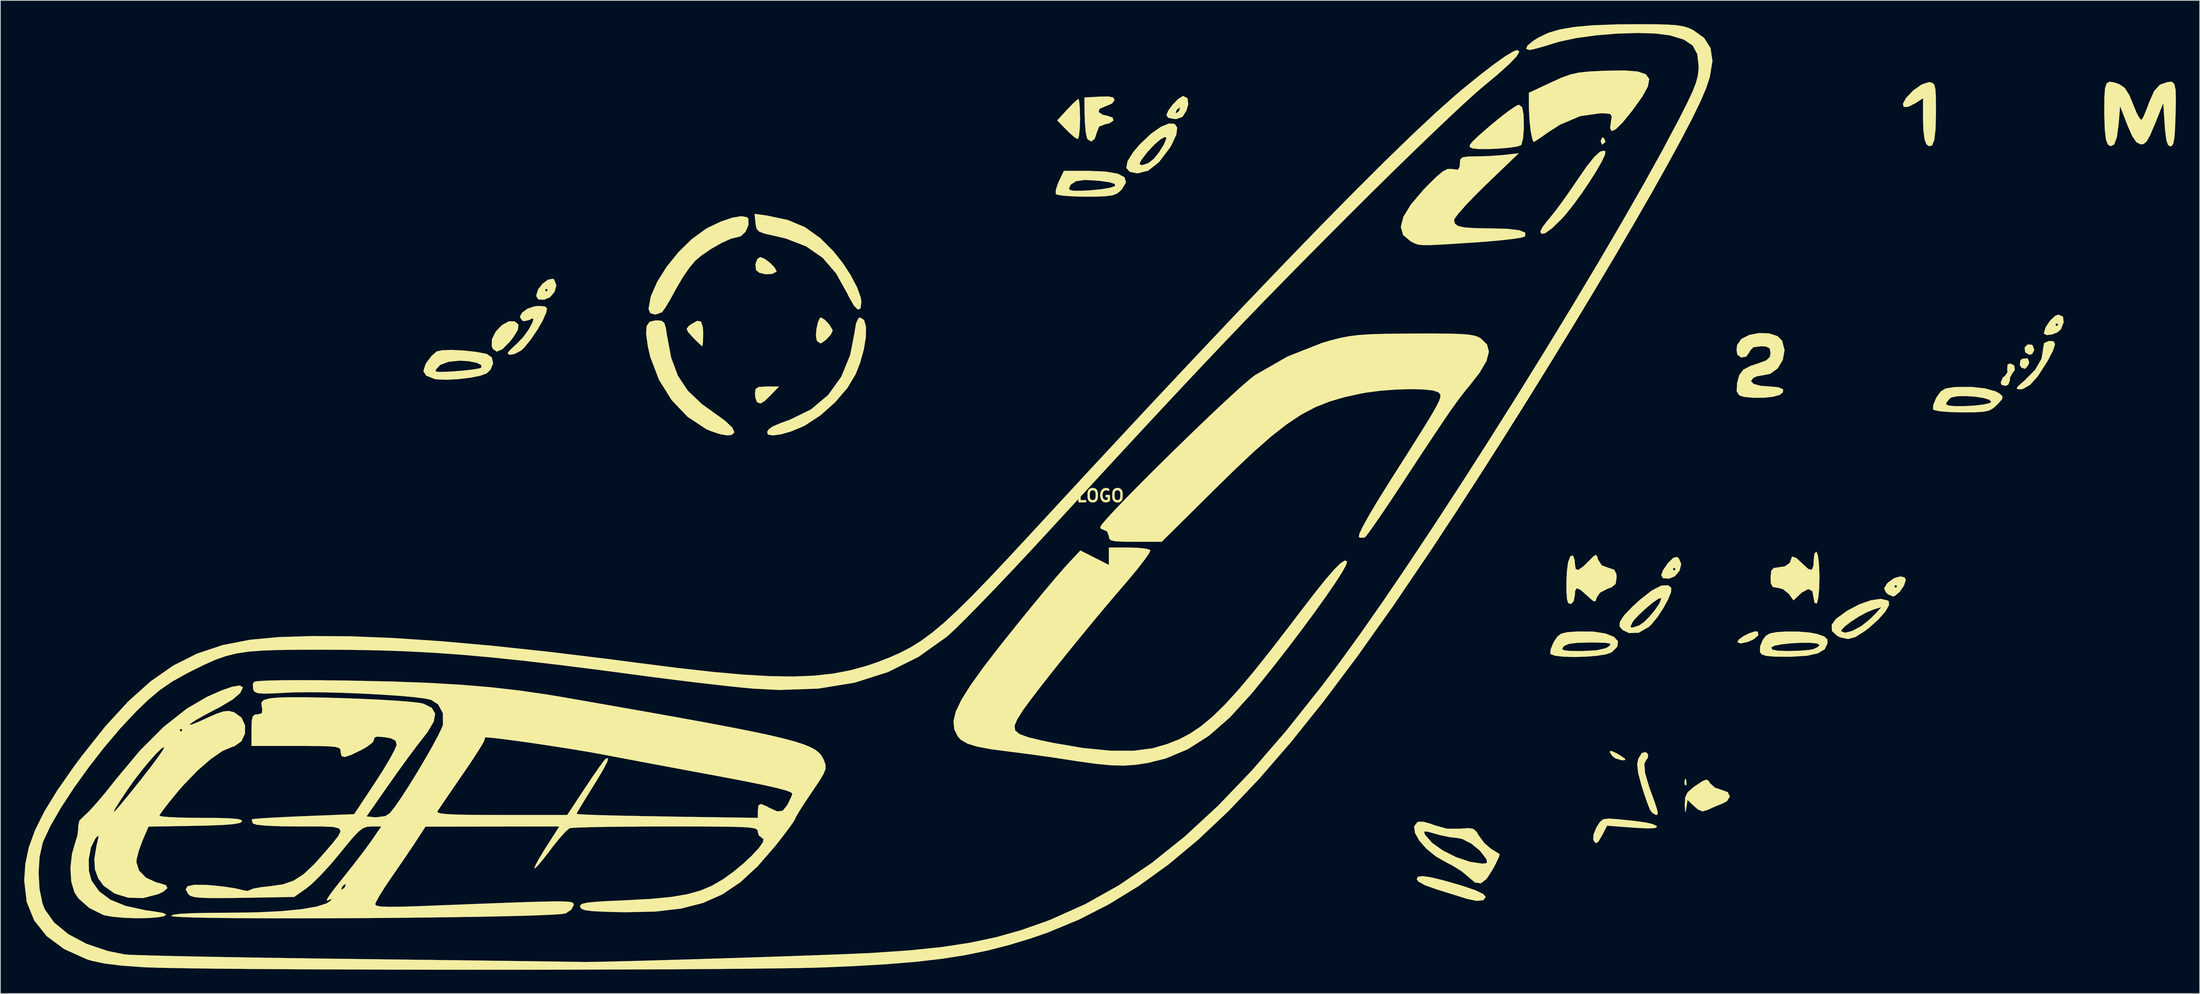
<source format=kicad_pcb>
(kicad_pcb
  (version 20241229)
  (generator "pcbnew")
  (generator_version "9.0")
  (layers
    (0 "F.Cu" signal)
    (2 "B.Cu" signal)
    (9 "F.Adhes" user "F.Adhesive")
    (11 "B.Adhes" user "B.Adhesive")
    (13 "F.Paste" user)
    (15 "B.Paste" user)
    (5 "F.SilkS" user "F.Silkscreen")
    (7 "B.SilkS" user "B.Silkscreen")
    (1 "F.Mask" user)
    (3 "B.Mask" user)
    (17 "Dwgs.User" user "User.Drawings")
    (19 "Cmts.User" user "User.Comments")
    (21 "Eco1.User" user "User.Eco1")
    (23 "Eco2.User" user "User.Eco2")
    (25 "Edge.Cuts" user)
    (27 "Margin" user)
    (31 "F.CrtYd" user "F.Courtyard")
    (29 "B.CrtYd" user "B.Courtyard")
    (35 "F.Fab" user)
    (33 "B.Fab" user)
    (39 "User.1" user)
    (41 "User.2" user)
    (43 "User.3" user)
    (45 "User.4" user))
  (footprint "LOGO"
    (layer "F.Cu")
    (at 135.71 59.506)
    (property "Reference" "LOGO" (at 0 0 0) (layer "F.SilkS") (effects (font (size 1.524 1.524) (thickness 0.3))))
    (attr through_hole)
    (fp_poly (pts (xy 73.908 35.855) (xy 73.951 36.422) (xy 73.879 36.55) (xy 73.714 36.442) (xy 73.689 36.074) (xy 73.777 35.687) (xy 73.908 35.855)) (stroke (width 0.01) (type solid)) (fill yes) (layer "F.SilkS"))
    (fp_poly (pts (xy 63.506 -45.172) (xy 63.715 -44.737) (xy 63.666 -44.606) (xy 63.316 -44.285) (xy 63.144 -44.651) (xy 63.137 -44.834) (xy 63.316 -45.208) (xy 63.506 -45.172)) (stroke (width 0.01) (type solid)) (fill yes) (layer "F.SilkS"))
    (fp_poly (pts (xy 117.168 -16.866) (xy 117.078 -16.526) (xy 116.655 -16.01) (xy 116.178 -16.171) (xy 115.978 -16.524) (xy 116.063 -17.114) (xy 116.317 -17.294) (xy 116.983 -17.341) (xy 117.168 -16.866)) (stroke (width 0.01) (type solid)) (fill yes) (layer "F.SilkS"))
    (fp_poly (pts (xy 65.178 32.515) (xy 65.496 32.705) (xy 66.159 33.148) (xy 66.233 33.34) (xy 65.812 33.381) (xy 64.966 33.136) (xy 64.581 32.83) (xy 64.244 32.291) (xy 64.455 32.185) (xy 65.178 32.515)) (stroke (width 0.01) (type solid)) (fill yes) (layer "F.SilkS"))
    (fp_poly (pts (xy 117.507 -19.054) (xy 117.607 -18.973) (xy 117.81 -18.401) (xy 117.545 -17.895) (xy 117.203 -17.78) (xy 116.737 -18.044) (xy 116.639 -18.174) (xy 116.597 -18.728) (xy 116.981 -19.099) (xy 117.507 -19.054)) (stroke (width 0.01) (type solid)) (fill yes) (layer "F.SilkS"))
    (fp_poly (pts (xy 82.945 17.147) (xy 83.008 17.602) (xy 82.441 18.099) (xy 81.652 18.448) (xy 80.773 18.632) (xy 80.362 18.487) (xy 80.516 18.156) (xy 81.107 17.729) (xy 81.881 17.335) (xy 82.585 17.107) (xy 82.945 17.147)) (stroke (width 0.01) (type solid)) (fill yes) (layer "F.SilkS"))
    (fp_poly (pts (xy -42.325 -29.904) (xy -41.647 -29.401) (xy -41.07 -28.815) (xy -40.821 -28.351) (xy -40.839 -28.274) (xy -41.373 -27.987) (xy -42.217 -27.954) (xy -43.019 -28.147) (xy -43.412 -28.484) (xy -43.481 -29.228) (xy -43.245 -29.883) (xy -42.877 -30.117) (xy -42.325 -29.904)) (stroke (width 0.01) (type solid)) (fill yes) (layer "F.SilkS"))
    (fp_poly (pts (xy -41.547 -12.7) (xy -42.337 -11.932) (xy -42.834 -11.647) (xy -43.203 -11.764) (xy -43.301 -11.853) (xy -43.492 -12.373) (xy -43.543 -12.942) (xy -43.458 -13.48) (xy -43.071 -13.725) (xy -42.184 -13.788) (xy -42.024 -13.789) (xy -40.504 -13.789) (xy -41.547 -12.7)) (stroke (width 0.01) (type solid)) (fill yes) (layer "F.SilkS"))
    (fp_poly (pts (xy -73.844 -22.004) (xy -73.37 -21.606) (xy -73.442 -20.933) (xy -74.076 -19.919) (xy -74.412 -19.496) (xy -75.384 -18.502) (xy -76.111 -18.184) (xy -76.607 -18.537) (xy -76.74 -18.855) (xy -76.715 -19.771) (xy -76.23 -20.73) (xy -75.457 -21.541) (xy -74.573 -22.015) (xy -73.844 -22.004)) (stroke (width 0.01) (type solid)) (fill yes) (layer "F.SilkS"))
    (fp_poly (pts (xy -50.336 -21.974) (xy -50.106 -21.234) (xy -50.074 -20.501) (xy -50.097 -19.527) (xy -50.154 -18.943) (xy -50.188 -18.869) (xy -50.484 -19.104) (xy -51.09 -19.695) (xy -51.345 -19.958) (xy -51.983 -20.661) (xy -52.158 -21.068) (xy -51.914 -21.399) (xy -51.685 -21.579) (xy -50.842 -22.075) (xy -50.336 -21.974)) (stroke (width 0.01) (type solid)) (fill yes) (layer "F.SilkS"))
    (fp_poly (pts (xy -34.756 -22.231) (xy -34.186 -21.633) (xy -33.794 -21.005) (xy -33.746 -20.801) (xy -33.996 -20.308) (xy -34.551 -19.703) (xy -35.12 -19.282) (xy -35.295 -19.231) (xy -35.665 -19.49) (xy -35.756 -19.618) (xy -35.857 -20.187) (xy -35.789 -21.04) (xy -35.604 -21.886) (xy -35.355 -22.429) (xy -35.237 -22.497) (xy -34.756 -22.231)) (stroke (width 0.01) (type solid)) (fill yes) (layer "F.SilkS"))
    (fp_poly (pts (xy 115.283 -16.431) (xy 115.359 -15.881) (xy 115.016 -15.415) (xy 114.742 -14.904) (xy 114.744 -14.591) (xy 114.536 -14.03) (xy 114.209 -13.866) (xy 113.67 -13.996) (xy 113.574 -14.318) (xy 113.846 -14.938) (xy 114.078 -15.093) (xy 114.421 -15.558) (xy 114.399 -15.989) (xy 114.439 -16.57) (xy 114.802 -16.691) (xy 115.283 -16.431)) (stroke (width 0.01) (type solid)) (fill yes) (layer "F.SilkS"))
    (fp_poly (pts (xy -2.641 -49.742) (xy -2.57 -48.868) (xy -2.54 -47.635) (xy -2.54 -47.534) (xy -2.578 -46.282) (xy -2.679 -45.375) (xy -2.82 -44.996) (xy -2.832 -44.994) (xy -3.239 -45.234) (xy -3.929 -45.838) (xy -4.272 -46.18) (xy -5.422 -47.365) (xy -4.181 -48.72) (xy -3.435 -49.494) (xy -2.894 -49.984) (xy -2.74 -50.074) (xy -2.641 -49.742)) (stroke (width 0.01) (type solid)) (fill yes) (layer "F.SilkS"))
    (fp_poly (pts (xy 120.247 -19.493) (xy 120.422 -19.11) (xy 120.17 -18.304) (xy 119.485 -17.002) (xy 119.411 -16.873) (xy 118.266 -15.094) (xy 117.261 -13.974) (xy 116.35 -13.467) (xy 116.017 -13.426) (xy 115.612 -13.48) (xy 115.657 -13.713) (xy 116.208 -14.233) (xy 116.583 -14.547) (xy 117.923 -15.909) (xy 118.729 -17.3) (xy 118.926 -18.576) (xy 119.045 -19.265) (xy 119.652 -19.528) (xy 120.247 -19.493)) (stroke (width 0.01) (type solid)) (fill yes) (layer "F.SilkS"))
    (fp_poly (pts (xy -68.867 -27.284) (xy -68.589 -26.572) (xy -68.809 -25.74) (xy -69.399 -25.043) (xy -70.129 -24.741) (xy -70.867 -24.77) (xy -71.114 -25.17) (xy -71.12 -25.313) (xy -70.924 -25.944) (xy -70.031 -25.944) (xy -69.85 -25.763) (xy -69.669 -25.944) (xy -69.85 -26.126) (xy -70.031 -25.944) (xy -70.924 -25.944) (xy -70.89 -26.053) (xy -70.333 -26.763) (xy -69.651 -27.266) (xy -69.045 -27.385) (xy -68.867 -27.284)) (stroke (width 0.01) (type solid)) (fill yes) (layer "F.SilkS"))
    (fp_poly (pts (xy 72.98 7.89) (xy 73.279 8.615) (xy 73.074 9.454) (xy 72.485 10.155) (xy 71.748 10.456) (xy 70.974 10.405) (xy 70.757 10.023) (xy 70.981 9.4) (xy 71.081 9.253) (xy 72.209 9.253) (xy 72.39 9.434) (xy 72.571 9.253) (xy 72.39 9.071) (xy 72.209 9.253) (xy 71.081 9.253) (xy 71.531 8.585) (xy 71.639 8.457) (xy 72.287 7.817) (xy 72.73 7.717) (xy 72.98 7.89)) (stroke (width 0.01) (type solid)) (fill yes) (layer "F.SilkS"))
    (fp_poly (pts (xy 121.428 -22.604) (xy 121.516 -21.903) (xy 121.182 -21.022) (xy 120.726 -20.618) (xy 120.026 -20.348) (xy 119.364 -20.276) (xy 119.023 -20.468) (xy 119.017 -20.519) (xy 119.245 -21.265) (xy 119.46 -21.59) (xy 120.469 -21.59) (xy 120.65 -21.409) (xy 120.831 -21.59) (xy 120.65 -21.771) (xy 120.469 -21.59) (xy 119.46 -21.59) (xy 119.786 -22.081) (xy 120.428 -22.696) (xy 120.841 -22.86) (xy 121.428 -22.604)) (stroke (width 0.01) (type solid)) (fill yes) (layer "F.SilkS"))
    (fp_poly (pts (xy 41.642 48.127) (xy 43.178 48.495) (xy 45.313 49.104) (xy 45.629 49.199) (xy 47.33 49.773) (xy 48.33 50.263) (xy 48.623 50.63) (xy 48.317 51.033) (xy 47.487 51.114) (xy 46.264 50.866) (xy 46.083 50.809) (xy 45.292 50.557) (xy 44.062 50.172) (xy 42.65 49.736) (xy 42.545 49.703) (xy 40.994 49.154) (xy 40.115 48.669) (xy 39.914 48.356) (xy 40.082 48.068) (xy 40.634 47.988) (xy 41.642 48.127)) (stroke (width 0.01) (type solid)) (fill yes) (layer "F.SilkS"))
    (fp_poly (pts (xy 101.471 10.313) (xy 101.6 10.624) (xy 101.375 11.345) (xy 100.848 12.108) (xy 100.245 12.625) (xy 99.991 12.7) (xy 99.368 12.445) (xy 99.08 12.18) (xy 98.875 11.683) (xy 99.021 11.43) (xy 100.149 11.43) (xy 100.33 11.611) (xy 100.511 11.43) (xy 100.33 11.249) (xy 100.149 11.43) (xy 99.021 11.43) (xy 99.203 11.115) (xy 99.399 10.91) (xy 100.157 10.382) (xy 100.924 10.173) (xy 101.471 10.313)) (stroke (width 0.01) (type solid)) (fill yes) (layer "F.SilkS"))
    (fp_poly (pts (xy 65.242 40.807) (xy 65.488 40.83) (xy 67.473 41.037) (xy 68.84 41.229) (xy 69.693 41.428) (xy 70.14 41.653) (xy 70.231 41.758) (xy 70.017 41.926) (xy 69.1 41.973) (xy 67.492 41.898) (xy 67.194 41.876) (xy 63.933 41.63) (xy 63.344 42.768) (xy 62.845 43.626) (xy 62.511 43.859) (xy 62.244 43.519) (xy 62.187 43.38) (xy 62.223 42.736) (xy 62.579 41.854) (xy 62.645 41.739) (xy 63.045 41.125) (xy 63.463 40.812) (xy 64.121 40.73) (xy 65.242 40.807)) (stroke (width 0.01) (type solid)) (fill yes) (layer "F.SilkS"))
    (fp_poly (pts (xy 69.109 32.632) (xy 69.063 33.098) (xy 68.949 33.198) (xy 68.626 33.804) (xy 68.721 34.977) (xy 69.233 36.728) (xy 69.335 37.011) (xy 69.882 38.52) (xy 70.203 39.476) (xy 70.327 40.003) (xy 70.283 40.228) (xy 70.1 40.277) (xy 70.087 40.277) (xy 69.611 39.994) (xy 69.358 39.642) (xy 69.085 38.984) (xy 68.692 37.872) (xy 68.267 36.554) (xy 67.849 34.986) (xy 67.728 33.902) (xy 67.856 33.197) (xy 68.311 32.452) (xy 68.81 32.339) (xy 69.109 32.632)) (stroke (width 0.01) (type solid)) (fill yes) (layer "F.SilkS"))
    (fp_poly (pts (xy 11.01 -50.157) (xy 11.106 -49.404) (xy 10.877 -48.601) (xy 10.375 -47.807) (xy 9.617 -47.542) (xy 9.39 -47.534) (xy 8.592 -47.686) (xy 8.346 -48.026) (xy 8.451 -48.284) (xy 9.523 -48.284) (xy 9.573 -48.26) (xy 9.904 -48.515) (xy 9.979 -48.623) (xy 10.071 -48.962) (xy 10.021 -48.986) (xy 9.69 -48.73) (xy 9.616 -48.623) (xy 9.523 -48.284) (xy 8.451 -48.284) (xy 8.584 -48.611) (xy 9.153 -49.372) (xy 9.832 -50.059) (xy 10.401 -50.424) (xy 10.484 -50.437) (xy 11.01 -50.157)) (stroke (width 0.01) (type solid)) (fill yes) (layer "F.SilkS"))
    (fp_poly (pts (xy 53.222 -49.022) (xy 53.404 -48.028) (xy 53.406 -47.988) (xy 53.428 -46.34) (xy 53.33 -45.065) (xy 53.125 -44.316) (xy 53.055 -44.226) (xy 52.534 -44.057) (xy 51.514 -43.91) (xy 50.219 -43.801) (xy 48.876 -43.743) (xy 47.71 -43.75) (xy 46.947 -43.837) (xy 46.919 -43.845) (xy 46.624 -43.994) (xy 46.61 -44.248) (xy 46.944 -44.69) (xy 47.694 -45.406) (xy 48.926 -46.481) (xy 49.204 -46.718) (xy 50.491 -47.779) (xy 51.616 -48.635) (xy 52.444 -49.188) (xy 52.812 -49.349) (xy 53.222 -49.022)) (stroke (width 0.01) (type solid)) (fill yes) (layer "F.SilkS"))
    (fp_poly (pts (xy 63.714 -43.45) (xy 63.662 -43.028) (xy 63.254 -42.157) (xy 62.571 -40.964) (xy 61.696 -39.579) (xy 60.712 -38.128) (xy 59.701 -36.739) (xy 58.747 -35.542) (xy 58.218 -34.949) (xy 56.999 -33.763) (xy 56.127 -33.126) (xy 55.629 -33.054) (xy 55.517 -33.37) (xy 55.74 -33.827) (xy 56.307 -34.594) (xy 56.696 -35.054) (xy 57.403 -35.931) (xy 58.355 -37.217) (xy 59.405 -38.71) (xy 60.053 -39.67) (xy 61.325 -41.511) (xy 62.305 -42.746) (xy 63.03 -43.414) (xy 63.539 -43.554) (xy 63.714 -43.45)) (stroke (width 0.01) (type solid)) (fill yes) (layer "F.SilkS"))
    (fp_poly (pts (xy 76.748 35.985) (xy 76.918 36.271) (xy 77.536 36.83) (xy 78.283 37.078) (xy 79.149 37.396) (xy 79.412 37.949) (xy 79.049 38.536) (xy 78.494 38.832) (xy 77.43 39.26) (xy 76.652 39.621) (xy 75.985 39.831) (xy 75.385 39.583) (xy 74.956 39.213) (xy 74.078 38.388) (xy 73.923 39.423) (xy 73.824 39.929) (xy 73.764 39.773) (xy 73.728 39.007) (xy 73.773 38.061) (xy 74.082 37.414) (xy 74.817 36.778) (xy 75.117 36.567) (xy 75.987 35.992) (xy 76.465 35.808) (xy 76.748 35.985)) (stroke (width 0.01) (type solid)) (fill yes) (layer "F.SilkS"))
    (fp_poly (pts (xy 104.63 -52.181) (xy 104.982 -52.088) (xy 105.208 -51.841) (xy 105.337 -51.304) (xy 105.395 -50.344) (xy 105.41 -48.824) (xy 105.41 -48.369) (xy 105.361 -46.31) (xy 105.206 -44.936) (xy 104.936 -44.212) (xy 104.539 -44.102) (xy 104.213 -44.341) (xy 103.976 -44.947) (xy 103.823 -46.114) (xy 103.777 -47.467) (xy 103.777 -50.158) (xy 102.883 -49.572) (xy 101.892 -49.066) (xy 101.338 -49.061) (xy 101.241 -49.462) (xy 101.62 -50.175) (xy 102.497 -51.105) (xy 102.543 -51.146) (xy 103.605 -51.898) (xy 104.491 -52.188) (xy 104.63 -52.181)) (stroke (width 0.01) (type solid)) (fill yes) (layer "F.SilkS"))
    (fp_poly (pts (xy -42.024 -35.354) (xy -39.413 -34.804) (xy -37.25 -33.899) (xy -35.309 -32.518) (xy -33.662 -30.874) (xy -32.491 -29.41) (xy -31.454 -27.818) (xy -30.654 -26.282) (xy -30.191 -24.989) (xy -30.117 -24.443) (xy -30.233 -23.632) (xy -30.557 -23.485) (xy -31.057 -23.983) (xy -31.699 -25.106) (xy -31.874 -25.476) (xy -33.315 -28.063) (xy -35.011 -30.028) (xy -37.075 -31.46) (xy -39.619 -32.447) (xy -41.059 -32.793) (xy -42.304 -33.067) (xy -43.005 -33.327) (xy -43.334 -33.686) (xy -43.459 -34.261) (xy -43.476 -34.418) (xy -43.59 -35.576) (xy -42.024 -35.354)) (stroke (width 0.01) (type solid)) (fill yes) (layer "F.SilkS"))
    (fp_poly (pts (xy 1.653 -50.253) (xy 1.814 -49.941) (xy 1.495 -49.491) (xy 0.71 -49.164) (xy 0.706 -49.163) (xy -0.083 -48.828) (xy -0.2 -48.416) (xy 0.336 -48.069) (xy 0.866 -47.962) (xy 1.577 -47.717) (xy 1.664 -47.339) (xy 1.163 -46.994) (xy 0.629 -46.877) (xy -0.136 -46.585) (xy -0.431 -45.823) (xy -0.432 -45.817) (xy -0.697 -45.021) (xy -1.137 -44.708) (xy -1.574 -44.964) (xy -1.691 -45.197) (xy -1.826 -45.885) (xy -1.926 -47.021) (xy -1.964 -48.039) (xy -1.996 -50.256) (xy -0.091 -50.365) (xy 1.066 -50.386) (xy 1.653 -50.253)) (stroke (width 0.01) (type solid)) (fill yes) (layer "F.SilkS"))
    (fp_poly (pts (xy -70.039 -23.896) (xy -69.772 -23.645) (xy -69.864 -23.132) (xy -70.301 -22.126) (xy -71.016 -20.889) (xy -71.851 -19.664) (xy -72.642 -18.694) (xy -73.06 -18.314) (xy -73.837 -17.905) (xy -74.481 -17.78) (xy -74.749 -17.985) (xy -74.497 -18.326) (xy -73.872 -18.923) (xy -73.647 -19.117) (xy -72.822 -19.964) (xy -72.081 -20.974) (xy -71.589 -21.9) (xy -71.483 -22.342) (xy -71.702 -22.367) (xy -71.949 -22.199) (xy -72.655 -22.022) (xy -72.932 -22.133) (xy -73.194 -22.58) (xy -72.915 -23.113) (xy -72.249 -23.599) (xy -71.346 -23.905) (xy -70.858 -23.949) (xy -70.039 -23.896)) (stroke (width 0.01) (type solid)) (fill yes) (layer "F.SilkS"))
    (fp_poly (pts (xy -55.319 -22.083) (xy -54.97 -21.808) (xy -54.769 -21.129) (xy -54.639 -20.229) (xy -54.109 -17.424) (xy -53.263 -15.153) (xy -52.007 -13.258) (xy -50.245 -11.582) (xy -48.843 -10.573) (xy -47.314 -9.474) (xy -46.406 -8.614) (xy -46.128 -8.009) (xy -46.492 -7.679) (xy -47.054 -7.62) (xy -47.995 -7.782) (xy -49.188 -8.189) (xy -49.711 -8.425) (xy -52.043 -9.963) (xy -54.048 -12.068) (xy -55.642 -14.621) (xy -56.744 -17.506) (xy -57.043 -18.807) (xy -57.269 -20.392) (xy -57.212 -21.402) (xy -56.836 -21.945) (xy -56.106 -22.131) (xy -55.938 -22.134) (xy -55.319 -22.083)) (stroke (width 0.01) (type solid)) (fill yes) (layer "F.SilkS"))
    (fp_poly (pts (xy -29.78 -22.182) (xy -29.541 -21.322) (xy -29.552 -20.048) (xy -29.803 -18.487) (xy -30.284 -16.769) (xy -30.831 -15.363) (xy -31.894 -13.585) (xy -33.446 -11.78) (xy -35.284 -10.146) (xy -37.209 -8.884) (xy -37.581 -8.697) (xy -38.978 -8.121) (xy -40.258 -7.753) (xy -41.281 -7.613) (xy -41.905 -7.722) (xy -42.009 -8.048) (xy -41.792 -8.406) (xy -41.304 -8.743) (xy -40.4 -9.138) (xy -39.125 -9.603) (xy -36.485 -10.891) (xy -34.317 -12.713) (xy -32.653 -15.026) (xy -31.527 -17.788) (xy -31.019 -20.411) (xy -30.801 -21.738) (xy -30.5 -22.398) (xy -30.279 -22.497) (xy -29.78 -22.182)) (stroke (width 0.01) (type solid)) (fill yes) (layer "F.SilkS"))
    (fp_poly (pts (xy -44.546 -35.154) (xy -44.378 -34.959) (xy -44.361 -34.149) (xy -44.732 -33.311) (xy -45.325 -32.744) (xy -45.658 -32.657) (xy -46.532 -32.448) (xy -47.75 -31.9) (xy -49.094 -31.134) (xy -50.347 -30.271) (xy -51.057 -29.668) (xy -51.802 -28.788) (xy -52.675 -27.512) (xy -53.499 -26.104) (xy -53.565 -25.979) (xy -54.245 -24.734) (xy -54.842 -23.745) (xy -55.248 -23.187) (xy -55.304 -23.138) (xy -56.104 -22.856) (xy -56.741 -23.048) (xy -56.969 -23.572) (xy -56.678 -25.164) (xy -55.879 -26.988) (xy -54.681 -28.898) (xy -53.192 -30.744) (xy -51.521 -32.377) (xy -49.777 -33.65) (xy -49.45 -33.837) (xy -47.87 -34.59) (xy -46.435 -35.081) (xy -45.281 -35.279) (xy -44.546 -35.154)) (stroke (width 0.01) (type solid)) (fill yes) (layer "F.SilkS"))
    (fp_poly (pts (xy 9.37 -46.938) (xy 9.708 -46.467) (xy 9.604 -45.564) (xy 8.988 -44.238) (xy 8.758 -43.86) (xy 7.399 -42.079) (xy 6.041 -41.017) (xy 4.687 -40.678) (xy 3.719 -40.88) (xy 3.29 -41.369) (xy 3.387 -41.894) (xy 4.959 -41.894) (xy 5.144 -41.74) (xy 5.349 -41.729) (xy 6.083 -41.983) (xy 6.786 -42.545) (xy 7.464 -43.411) (xy 8.034 -44.339) (xy 8.332 -45.055) (xy 8.346 -45.165) (xy 8.129 -45.271) (xy 7.575 -44.946) (xy 6.826 -44.302) (xy 6.026 -43.449) (xy 5.811 -43.186) (xy 5.167 -42.333) (xy 4.959 -41.894) (xy 3.387 -41.894) (xy 3.447 -42.217) (xy 4.174 -43.382) (xy 4.989 -44.336) (xy 6.4 -45.677) (xy 7.647 -46.552) (xy 8.66 -46.97) (xy 9.37 -46.938)) (stroke (width 0.01) (type solid)) (fill yes) (layer "F.SilkS"))
    (fp_poly (pts (xy 99.324 13.209) (xy 99.46 13.318) (xy 99.488 13.815) (xy 99.025 14.613) (xy 98.171 15.589) (xy 97.024 16.621) (xy 96.388 17.108) (xy 95.232 17.836) (xy 94.316 18.078) (xy 93.384 17.878) (xy 92.982 17.7) (xy 92.333 17.106) (xy 93.468 17.106) (xy 93.964 17.281) (xy 94.845 17.053) (xy 95.931 16.474) (xy 96.157 16.32) (xy 97.107 15.544) (xy 97.79 14.868) (xy 98.516 14.055) (xy 97.609 14.323) (xy 96.697 14.695) (xy 95.65 15.266) (xy 94.646 15.918) (xy 93.86 16.531) (xy 93.47 16.987) (xy 93.468 17.106) (xy 92.333 17.106) (xy 92.294 17.07) (xy 92.261 16.265) (xy 92.801 15.528) (xy 94.204 14.503) (xy 95.718 13.705) (xy 97.183 13.188) (xy 98.438 13.005) (xy 99.324 13.209)) (stroke (width 0.01) (type solid)) (fill yes) (layer "F.SilkS"))
    (fp_poly (pts (xy 67.783 -53.536) (xy 68.821 -53.191) (xy 69.244 -52.582) (xy 69.085 -51.658) (xy 68.379 -50.369) (xy 67.159 -48.664) (xy 67.106 -48.594) (xy 65.902 -47.107) (xy 65.032 -46.245) (xy 64.499 -46.012) (xy 64.31 -46.409) (xy 64.415 -47.206) (xy 64.52 -47.856) (xy 64.341 -48.162) (xy 63.711 -48.254) (xy 63.03 -48.26) (xy 60.53 -47.899) (xy 57.995 -46.822) (xy 56.556 -45.9) (xy 55.599 -45.227) (xy 54.905 -44.767) (xy 54.657 -44.631) (xy 54.519 -44.949) (xy 54.343 -45.739) (xy 54.299 -45.992) (xy 54.157 -47.236) (xy 54.076 -48.681) (xy 54.07 -49.1) (xy 54.066 -50.847) (xy 56.878 -52.167) (xy 58.194 -52.761) (xy 59.273 -53.153) (xy 60.345 -53.394) (xy 61.642 -53.533) (xy 63.398 -53.621) (xy 63.726 -53.633) (xy 66.096 -53.666) (xy 67.783 -53.536)) (stroke (width 0.01) (type solid)) (fill yes) (layer "F.SilkS"))
    (fp_poly (pts (xy 72.028 11.612) (xy 71.999 12.155) (xy 71.628 13.076) (xy 71.021 14.187) (xy 70.289 15.298) (xy 69.539 16.22) (xy 69.204 16.54) (xy 67.917 17.281) (xy 66.683 17.324) (xy 65.882 16.935) (xy 65.54 16.521) (xy 66.877 16.521) (xy 67.04 16.654) (xy 67.72 16.447) (xy 67.997 16.343) (xy 68.585 15.941) (xy 69.302 15.219) (xy 69.999 14.365) (xy 70.531 13.566) (xy 70.748 13.01) (xy 70.713 12.898) (xy 70.367 13.011) (xy 69.685 13.493) (xy 68.841 14.194) (xy 68.007 14.964) (xy 67.356 15.656) (xy 67.11 16.001) (xy 66.877 16.521) (xy 65.54 16.521) (xy 65.503 16.476) (xy 65.548 15.89) (xy 66.065 15.097) (xy 67.098 14.019) (xy 68.103 13.097) (xy 69.581 11.938) (xy 70.776 11.33) (xy 71.643 11.292) (xy 72.028 11.612)) (stroke (width 0.01) (type solid)) (fill yes) (layer "F.SilkS"))
    (fp_poly (pts (xy 90.351 7.076) (xy 90.518 7.519) (xy 90.644 8.502) (xy 90.709 9.842) (xy 90.714 10.341) (xy 90.674 11.76) (xy 90.566 12.884) (xy 90.411 13.53) (xy 90.351 13.607) (xy 90.081 13.48) (xy 89.989 12.924) (xy 89.812 12.031) (xy 89.312 11.777) (xy 88.537 12.18) (xy 88.321 12.369) (xy 87.434 13.203) (xy 86.876 12.407) (xy 86.109 11.782) (xy 85.432 11.611) (xy 84.832 11.513) (xy 84.586 11.075) (xy 84.546 10.341) (xy 84.63 9.461) (xy 84.952 9.108) (xy 85.242 9.071) (xy 86.344 8.903) (xy 86.987 8.455) (xy 87.086 8.125) (xy 87.261 7.664) (xy 87.78 7.834) (xy 88.537 8.527) (xy 89.313 9.244) (xy 89.764 9.333) (xy 89.962 8.776) (xy 89.989 8.143) (xy 90.075 7.317) (xy 90.302 7.055) (xy 90.351 7.076)) (stroke (width 0.01) (type solid)) (fill yes) (layer "F.SilkS"))
    (fp_poly (pts (xy 0.659 -40.913) (xy 2.21 -40.642) (xy 3.073 -40.185) (xy 3.253 -39.537) (xy 2.758 -38.694) (xy 2.54 -38.463) (xy 2.109 -38.123) (xy 1.53 -37.908) (xy 0.643 -37.79) (xy -0.714 -37.743) (xy -1.793 -37.737) (xy -3.34 -37.769) (xy -4.6 -37.855) (xy -5.407 -37.981) (xy -5.609 -38.075) (xy -5.599 -38.59) (xy -5.517 -38.84) (xy -3.926 -38.84) (xy -3.862 -38.601) (xy -3.388 -38.486) (xy -2.391 -38.482) (xy -1.298 -38.54) (xy 0.086 -38.673) (xy 1.197 -38.861) (xy 1.828 -39.068) (xy 1.873 -39.102) (xy 1.84 -39.346) (xy 1.178 -39.555) (xy -0.161 -39.744) (xy -0.205 -39.749) (xy -1.912 -39.85) (xy -3.04 -39.699) (xy -3.7 -39.269) (xy -3.926 -38.84) (xy -5.517 -38.84) (xy -5.316 -39.451) (xy -5.2 -39.708) (xy -4.583 -41.003) (xy -1.589 -41.003) (xy 0.659 -40.913)) (stroke (width 0.01) (type solid)) (fill yes) (layer "F.SilkS"))
    (fp_poly (pts (xy 62.705 7.714) (xy 62.79 8.049) (xy 63.269 8.783) (xy 64.06 9.074) (xy 64.835 9.329) (xy 65.111 9.889) (xy 65.133 10.331) (xy 65.005 11.128) (xy 64.479 11.563) (xy 63.984 11.732) (xy 63.039 12.227) (xy 62.637 12.824) (xy 62.477 13.283) (xy 62.224 13.311) (xy 61.698 12.876) (xy 61.407 12.599) (xy 60.564 11.861) (xy 60.093 11.674) (xy 59.897 12.03) (xy 59.871 12.497) (xy 59.723 13.303) (xy 59.366 13.669) (xy 59.015 13.537) (xy 58.873 13.038) (xy 58.8 12.048) (xy 58.797 10.798) (xy 58.863 9.519) (xy 59 8.443) (xy 59.008 8.397) (xy 59.297 7.624) (xy 59.622 7.532) (xy 59.843 8.093) (xy 59.871 8.549) (xy 59.967 9.236) (xy 60.301 9.356) (xy 60.942 8.9) (xy 61.527 8.322) (xy 62.199 7.644) (xy 62.536 7.453) (xy 62.705 7.714)) (stroke (width 0.01) (type solid)) (fill yes) (layer "F.SilkS"))
    (fp_poly (pts (xy -80.292 -18.33) (xy -78.777 -18.165) (xy -77.438 -17.919) (xy -77.379 -17.904) (xy -76.727 -17.454) (xy -76.567 -16.706) (xy -76.897 -15.898) (xy -77.391 -15.44) (xy -78.186 -15.144) (xy -79.456 -14.894) (xy -80.949 -14.717) (xy -82.416 -14.637) (xy -83.606 -14.682) (xy -84.001 -14.755) (xy -85.015 -15.165) (xy -85.353 -15.705) (xy -83.82 -15.705) (xy -83.495 -15.634) (xy -82.657 -15.638) (xy -81.514 -15.7) (xy -80.274 -15.803) (xy -79.144 -15.932) (xy -78.332 -16.068) (xy -78.055 -16.167) (xy -78.06 -16.496) (xy -78.645 -16.783) (xy -79.664 -16.983) (xy -80.801 -17.049) (xy -82.201 -16.903) (xy -83.247 -16.505) (xy -83.782 -15.923) (xy -83.82 -15.705) (xy -85.353 -15.705) (xy -85.364 -15.723) (xy -85.112 -16.556) (xy -84.995 -16.765) (xy -84.356 -17.627) (xy -83.686 -18.211) (xy -83.671 -18.219) (xy -82.962 -18.368) (xy -81.761 -18.401) (xy -80.292 -18.33)) (stroke (width 0.01) (type solid)) (fill yes) (layer "F.SilkS"))
    (fp_poly (pts (xy 62.2 17.139) (xy 63.734 17.378) (xy 64.791 17.801) (xy 65.309 18.367) (xy 65.226 19.038) (xy 64.508 19.755) (xy 63.814 20.004) (xy 62.661 20.188) (xy 61.243 20.303) (xy 59.754 20.343) (xy 58.387 20.303) (xy 57.336 20.18) (xy 56.796 19.968) (xy 56.781 19.947) (xy 56.797 19.418) (xy 56.833 19.328) (xy 58.272 19.328) (xy 58.48 19.492) (xy 59.161 19.572) (xy 60.433 19.594) (xy 60.665 19.594) (xy 62.553 19.504) (xy 63.756 19.233) (xy 64.066 19.062) (xy 64.347 18.8) (xy 64.273 18.64) (xy 63.739 18.556) (xy 62.637 18.523) (xy 61.821 18.517) (xy 60.173 18.553) (xy 59.118 18.689) (xy 58.528 18.945) (xy 58.42 19.05) (xy 58.272 19.328) (xy 56.833 19.328) (xy 57.131 18.588) (xy 57.232 18.405) (xy 57.655 17.766) (xy 58.13 17.402) (xy 58.874 17.22) (xy 60.106 17.128) (xy 60.253 17.12) (xy 62.2 17.139)) (stroke (width 0.01) (type solid)) (fill yes) (layer "F.SilkS"))
    (fp_poly (pts (xy 88.03 17.135) (xy 89.506 17.261) (xy 90.365 17.421) (xy 91.315 17.746) (xy 91.711 18.128) (xy 91.735 18.607) (xy 91.383 19.359) (xy 90.534 19.879) (xy 89.123 20.189) (xy 87.082 20.311) (xy 86.621 20.315) (xy 85.032 20.294) (xy 84.029 20.209) (xy 83.47 20.037) (xy 83.217 19.752) (xy 83.208 19.73) (xy 83.219 19.141) (xy 84.635 19.141) (xy 84.767 19.403) (xy 85.441 19.547) (xy 86.744 19.589) (xy 86.783 19.589) (xy 88.138 19.553) (xy 89.301 19.463) (xy 89.898 19.366) (xy 90.533 19.07) (xy 90.714 18.812) (xy 90.389 18.636) (xy 89.546 18.552) (xy 88.389 18.549) (xy 87.117 18.618) (xy 85.934 18.745) (xy 85.04 18.922) (xy 84.637 19.136) (xy 84.635 19.141) (xy 83.219 19.141) (xy 83.221 19.017) (xy 83.558 18.188) (xy 83.953 17.663) (xy 84.477 17.36) (xy 85.34 17.203) (xy 86.508 17.129) (xy 88.03 17.135)) (stroke (width 0.01) (type solid)) (fill yes) (layer "F.SilkS"))
    (fp_poly (pts (xy 111.63 -13.539) (xy 112.956 -13.164) (xy 113.409 -12.915) (xy 113.8 -12.559) (xy 113.763 -12.203) (xy 113.251 -11.619) (xy 113.111 -11.478) (xy 112.615 -11.031) (xy 112.096 -10.75) (xy 111.376 -10.598) (xy 110.278 -10.535) (xy 108.714 -10.523) (xy 107.132 -10.56) (xy 105.898 -10.663) (xy 105.167 -10.814) (xy 105.041 -10.896) (xy 105.057 -11.425) (xy 105.108 -11.552) (xy 106.68 -11.552) (xy 107.005 -11.385) (xy 107.84 -11.307) (xy 108.977 -11.307) (xy 110.208 -11.376) (xy 111.325 -11.502) (xy 112.119 -11.675) (xy 112.381 -11.84) (xy 112.149 -12.112) (xy 111.398 -12.339) (xy 110.337 -12.502) (xy 109.172 -12.581) (xy 108.112 -12.557) (xy 107.362 -12.411) (xy 107.208 -12.323) (xy 106.76 -11.795) (xy 106.68 -11.552) (xy 105.108 -11.552) (xy 105.39 -12.255) (xy 105.491 -12.438) (xy 106.001 -13.161) (xy 106.61 -13.533) (xy 107.595 -13.696) (xy 107.968 -13.723) (xy 109.899 -13.736) (xy 111.63 -13.539)) (stroke (width 0.01) (type solid)) (fill yes) (layer "F.SilkS"))
    (fp_poly (pts (xy 84.355 -20.494) (xy 85.416 -20.149) (xy 86.007 -19.576) (xy 86.311 -18.369) (xy 86.089 -17.133) (xy 85.447 -16.07) (xy 84.491 -15.383) (xy 83.746 -15.234) (xy 82.832 -15.078) (xy 82.369 -14.872) (xy 82.079 -14.465) (xy 82.417 -14.116) (xy 83.284 -13.876) (xy 84.434 -13.794) (xy 85.572 -13.688) (xy 86.145 -13.414) (xy 86.092 -13.024) (xy 85.668 -12.718) (xy 84.848 -12.488) (xy 83.638 -12.369) (xy 82.327 -12.364) (xy 81.199 -12.476) (xy 80.597 -12.666) (xy 80.272 -13.199) (xy 80.329 -14.225) (xy 80.335 -14.257) (xy 80.611 -15.253) (xy 81.103 -15.904) (xy 81.995 -16.379) (xy 83.004 -16.711) (xy 84.002 -17.086) (xy 84.456 -17.521) (xy 84.546 -18.019) (xy 84.435 -18.603) (xy 83.961 -18.836) (xy 83.318 -18.869) (xy 82.387 -18.742) (xy 81.95 -18.296) (xy 81.901 -18.143) (xy 81.478 -17.555) (xy 80.844 -17.443) (xy 80.36 -17.801) (xy 80.256 -18.424) (xy 80.339 -19.042) (xy 80.863 -19.789) (xy 81.856 -20.293) (xy 83.094 -20.535) (xy 84.355 -20.494)) (stroke (width 0.01) (type solid)) (fill yes) (layer "F.SilkS"))
    (fp_poly (pts (xy 48.713 -39.301) (xy 47.308 -37.914) (xy 46.112 -36.664) (xy 45.215 -35.65) (xy 44.71 -34.974) (xy 44.631 -34.782) (xy 44.735 -34.349) (xy 45.118 -34.053) (xy 45.888 -33.869) (xy 47.154 -33.773) (xy 49.024 -33.741) (xy 49.288 -33.74) (xy 51.43 -33.678) (xy 52.867 -33.501) (xy 53.595 -33.209) (xy 53.611 -32.804) (xy 53.518 -32.7) (xy 53.051 -32.56) (xy 51.988 -32.397) (xy 50.458 -32.225) (xy 48.592 -32.061) (xy 47.171 -31.959) (xy 44.782 -31.804) (xy 43.006 -31.694) (xy 41.736 -31.633) (xy 40.86 -31.623) (xy 40.269 -31.665) (xy 39.854 -31.763) (xy 39.503 -31.919) (xy 39.123 -32.126) (xy 38.208 -32.902) (xy 37.909 -33.918) (xy 38.234 -35.196) (xy 39.189 -36.759) (xy 40.781 -38.627) (xy 41.258 -39.123) (xy 42.401 -40.252) (xy 43.2 -40.923) (xy 43.79 -41.226) (xy 44.306 -41.247) (xy 44.446 -41.218) (xy 45.116 -41.146) (xy 45.341 -41.528) (xy 45.357 -41.903) (xy 45.41 -42.432) (xy 45.688 -42.704) (xy 46.371 -42.804) (xy 47.302 -42.817) (xy 48.858 -42.86) (xy 50.478 -42.966) (xy 51.021 -43.02) (xy 52.796 -43.223) (xy 48.713 -39.301)) (stroke (width 0.01) (type solid)) (fill yes) (layer "F.SilkS"))
    (fp_poly (pts (xy 40.78 41.132) (xy 41.757 41.409) (xy 42.095 41.549) (xy 43.721 42.009) (xy 45.358 42.009) (xy 46.467 41.935) (xy 47.098 42.045) (xy 47.493 42.425) (xy 47.741 42.865) (xy 48.46 43.832) (xy 49.265 44.518) (xy 49.986 44.97) (xy 50.376 45.219) (xy 50.382 45.223) (xy 50.293 45.558) (xy 49.931 46.339) (xy 49.508 47.147) (xy 48.72 48.366) (xy 48 48.904) (xy 47.254 48.791) (xy 46.393 48.057) (xy 45.557 47.363) (xy 44.382 46.634) (xy 43.724 46.303) (xy 42.342 45.516) (xy 41.16 44.553) (xy 40.255 43.528) (xy 39.708 42.555) (xy 40.876 42.555) (xy 40.977 42.764) (xy 41.832 43.768) (xy 43.197 44.744) (xy 44.86 45.583) (xy 46.608 46.178) (xy 48.182 46.42) (xy 48.76 46.35) (xy 48.748 45.968) (xy 48.644 45.759) (xy 47.881 44.777) (xy 46.809 43.9) (xy 45.689 43.315) (xy 45.024 43.18) (xy 44.059 43.074) (xy 42.818 42.807) (xy 42.338 42.673) (xy 41.347 42.394) (xy 40.906 42.351) (xy 40.876 42.555) (xy 39.708 42.555) (xy 39.705 42.55) (xy 39.589 41.733) (xy 39.983 41.188) (xy 40.115 41.127) (xy 40.78 41.132)) (stroke (width 0.01) (type solid)) (fill yes) (layer "F.SilkS"))
    (fp_poly (pts (xy 127.964 -52.131) (xy 128.583 -51.908) (xy 129.227 -51.453) (xy 129.807 -50.535) (xy 130.294 -49.35) (xy 130.738 -48.271) (xy 131.121 -47.58) (xy 131.359 -47.426) (xy 131.613 -47.907) (xy 131.997 -48.843) (xy 132.298 -49.663) (xy 132.923 -51.067) (xy 133.605 -51.821) (xy 133.823 -51.931) (xy 134.62 -52.206) (xy 135.155 -52.248) (xy 135.475 -51.959) (xy 135.629 -51.239) (xy 135.665 -49.989) (xy 135.63 -48.169) (xy 135.568 -46.352) (xy 135.479 -45.148) (xy 135.345 -44.446) (xy 135.149 -44.134) (xy 134.983 -44.087) (xy 134.679 -44.261) (xy 134.468 -44.863) (xy 134.318 -46.012) (xy 134.257 -46.809) (xy 134.076 -49.53) (xy 133.014 -46.882) (xy 132.438 -45.526) (xy 131.998 -44.734) (xy 131.605 -44.383) (xy 131.2 -44.342) (xy 130.676 -44.625) (xy 130.155 -45.39) (xy 129.559 -46.749) (xy 129.54 -46.799) (xy 128.633 -49.148) (xy 128.451 -46.908) (xy 128.229 -45.26) (xy 127.888 -44.326) (xy 127.428 -44.107) (xy 127.073 -44.341) (xy 126.843 -44.964) (xy 126.697 -46.264) (xy 126.638 -48.197) (xy 126.637 -48.514) (xy 126.652 -50.285) (xy 126.734 -51.43) (xy 126.941 -52.053) (xy 127.332 -52.253) (xy 127.964 -52.131)) (stroke (width 0.01) (type solid)) (fill yes) (layer "F.SilkS"))
    (fp_poly (pts (xy 44.066 -20.458) (xy 45.488 -20.413) (xy 46.497 -20.332) (xy 47.198 -20.208) (xy 47.695 -20.033) (xy 48.003 -19.858) (xy 48.784 -19.103) (xy 49.027 -18.168) (xy 48.716 -16.99) (xy 47.839 -15.508) (xy 46.642 -13.97) (xy 46.07 -13.275) (xy 45.503 -12.552) (xy 44.889 -11.725) (xy 44.176 -10.719) (xy 43.311 -9.458) (xy 42.243 -7.867) (xy 40.919 -5.87) (xy 39.288 -3.391) (xy 37.975 -1.391) (xy 36.705 0.531) (xy 35.549 2.246) (xy 34.574 3.662) (xy 33.843 4.685) (xy 33.422 5.22) (xy 33.365 5.273) (xy 32.775 5.294) (xy 32.617 5.185) (xy 32.694 4.77) (xy 33.157 3.802) (xy 33.981 2.329) (xy 35.138 0.394) (xy 36.604 -1.955) (xy 36.763 -2.204) (xy 38.53 -4.984) (xy 39.942 -7.217) (xy 41.034 -8.966) (xy 41.84 -10.297) (xy 42.396 -11.271) (xy 42.735 -11.956) (xy 42.894 -12.413) (xy 42.906 -12.708) (xy 42.807 -12.904) (xy 42.654 -13.048) (xy 41.98 -13.282) (xy 40.75 -13.417) (xy 39.128 -13.455) (xy 37.277 -13.4) (xy 35.36 -13.253) (xy 33.54 -13.016) (xy 32.958 -12.913) (xy 30.827 -12.448) (xy 28.911 -11.886) (xy 27.12 -11.17) (xy 25.367 -10.243) (xy 23.561 -9.047) (xy 21.614 -7.523) (xy 19.438 -5.615) (xy 16.943 -3.264) (xy 14.676 -1.043) (xy 7.762 5.806) (xy 4.425 5.806) (xy 2.854 5.794) (xy 1.871 5.739) (xy 1.341 5.612) (xy 1.126 5.381) (xy 1.089 5.08) (xy 0.862 4.489) (xy 0.544 4.354) (xy 0.062 4.136) (xy 0 3.95) (xy 0.253 3.555) (xy 0.964 2.732) (xy 2.063 1.551) (xy 3.479 0.082) (xy 5.142 -1.607) (xy 6.981 -3.445) (xy 8.925 -5.365) (xy 10.904 -7.296) (xy 12.847 -9.168) (xy 14.683 -10.914) (xy 16.342 -12.463) (xy 17.754 -13.746) (xy 18.846 -14.693) (xy 19.53 -15.222) (xy 23.613 -17.565) (xy 27.933 -19.271) (xy 29.21 -19.646) (xy 30.312 -19.925) (xy 31.385 -20.132) (xy 32.566 -20.279) (xy 33.991 -20.376) (xy 35.798 -20.433) (xy 38.123 -20.463) (xy 39.567 -20.471) (xy 42.127 -20.475) (xy 44.066 -20.458)) (stroke (width 0.01) (type solid)) (fill yes) (layer "F.SilkS"))
    (fp_poly (pts (xy 4.891 6.576) (xy 5.866 6.694) (xy 6.328 6.86) (xy 6.332 6.866) (xy 6.179 7.242) (xy 5.619 8.055) (xy 4.731 9.202) (xy 3.593 10.581) (xy 2.967 11.311) (xy 1.34 13.209) (xy -0.439 15.328) (xy -2.284 17.564) (xy -4.113 19.811) (xy -5.84 21.966) (xy -7.381 23.923) (xy -8.653 25.579) (xy -9.571 26.828) (xy -9.817 27.186) (xy -10.478 28.239) (xy -10.802 29.024) (xy -10.723 29.61) (xy -10.175 30.068) (xy -9.088 30.466) (xy -7.398 30.874) (xy -5.956 31.174) (xy -2.154 31.825) (xy 1.255 32.159) (xy 4.189 32.172) (xy 6.568 31.861) (xy 6.803 31.803) (xy 8.405 31.336) (xy 9.886 30.761) (xy 11.304 30.025) (xy 12.715 29.077) (xy 14.176 27.863) (xy 15.745 26.33) (xy 17.478 24.424) (xy 19.433 22.094) (xy 21.667 19.286) (xy 24.237 15.947) (xy 25.049 14.876) (xy 26.897 12.469) (xy 28.368 10.628) (xy 29.495 9.32) (xy 30.307 8.513) (xy 30.836 8.172) (xy 31.113 8.264) (xy 31.138 8.324) (xy 30.989 8.8) (xy 30.441 9.765) (xy 29.552 11.139) (xy 28.377 12.845) (xy 26.973 14.804) (xy 25.397 16.939) (xy 23.704 19.172) (xy 21.952 21.425) (xy 20.196 23.619) (xy 19.039 25.027) (xy 16.348 27.982) (xy 13.712 30.282) (xy 11.044 31.986) (xy 8.259 33.151) (xy 6.002 33.712) (xy 4.493 33.944) (xy 3.035 34.046) (xy 1.454 34.013) (xy -0.424 33.838) (xy -2.771 33.514) (xy -3.81 33.353) (xy -5.922 33.031) (xy -8.168 32.711) (xy -10.233 32.436) (xy -11.406 32.293) (xy -13.774 31.983) (xy -15.519 31.653) (xy -16.743 31.273) (xy -17.551 30.812) (xy -17.948 30.389) (xy -18.404 29.473) (xy -18.505 28.452) (xy -18.221 27.242) (xy -17.522 25.765) (xy -16.376 23.937) (xy -14.755 21.678) (xy -14.628 21.509) (xy -13.402 19.908) (xy -11.922 18.027) (xy -10.294 15.997) (xy -8.626 13.947) (xy -7.024 12.008) (xy -5.592 10.309) (xy -4.438 8.98) (xy -3.946 8.439) (xy -2.505 6.9) (xy -0.708 7.81) (xy 1.089 8.721) (xy 1.089 6.531) (xy 3.607 6.531) (xy 4.891 6.576)) (stroke (width 0.01) (type solid)) (fill yes) (layer "F.SilkS"))
    (fp_poly (pts (xy -108.151 24.14) (xy -108.143 24.221) (xy -108.469 24.906) (xy -109.418 25.711) (xy -111.024 26.664) (xy -111.584 26.956) (xy -113.059 27.732) (xy -114.12 28.341) (xy -114.728 28.747) (xy -114.841 28.915) (xy -114.42 28.806) (xy -113.423 28.386) (xy -112.931 28.159) (xy -111.554 27.54) (xy -110.623 27.217) (xy -109.945 27.147) (xy -109.325 27.287) (xy -109.213 27.328) (xy -108.297 27.991) (xy -107.852 28.966) (xy -107.865 30.037) (xy -108.324 30.991) (xy -109.215 31.614) (xy -109.479 31.688) (xy -110.684 32.195) (xy -112.176 33.222) (xy -113.848 34.679) (xy -115.591 36.479) (xy -116.376 37.382) (xy -117.348 38.567) (xy -118.113 39.55) (xy -118.57 40.196) (xy -118.653 40.368) (xy -118.312 40.464) (xy -117.372 40.545) (xy -115.961 40.605) (xy -114.206 40.637) (xy -113.363 40.64) (xy -111.212 40.654) (xy -109.705 40.702) (xy -108.761 40.791) (xy -108.297 40.927) (xy -108.222 41.094) (xy -108.507 41.282) (xy -109.265 41.426) (xy -110.566 41.533) (xy -112.477 41.609) (xy -114.198 41.647) (xy -120.024 41.746) (xy -120.791 43.528) (xy -121.234 44.73) (xy -121.511 45.807) (xy -121.557 46.227) (xy -121.222 47.293) (xy -120.33 48.196) (xy -119.049 48.778) (xy -118.772 48.84) (xy -117.846 49.125) (xy -117.64 49.497) (xy -118.154 49.954) (xy -118.824 50.274) (xy -120.716 50.761) (xy -122.605 50.714) (xy -124.323 50.18) (xy -125.702 49.201) (xy -126.384 48.26) (xy -126.789 47.129) (xy -126.858 45.83) (xy -126.593 44.154) (xy -126.448 43.543) (xy -126.32 42.93) (xy -126.467 42.953) (xy -126.761 43.299) (xy -127.294 44.39) (xy -127.565 45.847) (xy -127.546 47.346) (xy -127.211 48.566) (xy -127.211 48.566) (xy -126.237 49.921) (xy -124.835 50.967) (xy -122.925 51.746) (xy -120.423 52.295) (xy -119.228 52.461) (xy -118.182 52.644) (xy -117.8 52.839) (xy -118.021 53.025) (xy -118.784 53.18) (xy -120.028 53.28) (xy -121.557 53.306) (xy -123.131 53.25) (xy -124.553 53.121) (xy -125.568 52.946) (xy -125.73 52.897) (xy -127.5 52.013) (xy -128.855 50.82) (xy -129.364 50.064) (xy -129.772 48.702) (xy -129.878 46.978) (xy -129.685 45.187) (xy -129.317 43.909) (xy -128.99 42.84) (xy -128.886 41.951) (xy -128.911 41.76) (xy -128.752 40.989) (xy -128.09 40.336) (xy -127.623 39.896) (xy -124.438 39.896) (xy -124.225 39.743) (xy -123.594 39.027) (xy -122.537 37.741) (xy -121.051 35.881) (xy -120.843 35.619) (xy -119.756 34.22) (xy -118.873 33.032) (xy -118.273 32.165) (xy -118.034 31.729) (xy -118.037 31.702) (xy -118.354 31.854) (xy -118.995 32.467) (xy -119.853 33.419) (xy -120.821 34.586) (xy -121.794 35.844) (xy -122.625 37.011) (xy -123.632 38.525) (xy -124.238 39.488) (xy -124.438 39.896) (xy -127.623 39.896) (xy -127.488 39.768) (xy -126.573 38.758) (xy -125.466 37.445) (xy -124.288 35.967) (xy -124.201 35.854) (xy -121.111 32.148) (xy -118.535 29.573) (xy -116.114 29.573) (xy -115.933 29.754) (xy -115.751 29.573) (xy -115.933 29.391) (xy -116.114 29.573) (xy -118.535 29.573) (xy -118.108 29.146) (xy -115.176 26.837) (xy -112.678 25.385) (xy -110.875 24.579) (xy -109.473 24.091) (xy -108.542 23.939) (xy -108.151 24.14)) (stroke (width 0.01) (type solid)) (fill yes) (layer "F.SilkS"))
    (fp_poly (pts (xy 69.83 -59.494) (xy 71.473 -59.457) (xy 72.661 -59.376) (xy 73.528 -59.237) (xy 74.211 -59.028) (xy 74.756 -58.779) (xy 76.163 -57.782) (xy 76.981 -56.495) (xy 77.22 -54.869) (xy 76.891 -52.851) (xy 76.415 -51.399) (xy 75.712 -49.754) (xy 74.641 -47.557) (xy 73.235 -44.863) (xy 71.526 -41.727) (xy 69.547 -38.203) (xy 67.33 -34.345) (xy 64.907 -30.207) (xy 62.312 -25.845) (xy 59.575 -21.312) (xy 56.73 -16.663) (xy 53.809 -11.952) (xy 50.844 -7.233) (xy 47.868 -2.562) (xy 44.912 2.009) (xy 42.011 6.424) (xy 41.698 6.894) (xy 36.96 13.886) (xy 32.457 20.234) (xy 28.157 25.969) (xy 24.029 31.122) (xy 20.041 35.725) (xy 16.16 39.808) (xy 12.355 43.402) (xy 8.594 46.538) (xy 4.845 49.247) (xy 1.076 51.56) (xy -2.744 53.509) (xy -6.648 55.123) (xy -8.709 55.837) (xy -11.469 56.677) (xy -14.188 57.378) (xy -16.98 57.955) (xy -19.957 58.425) (xy -23.233 58.804) (xy -26.921 59.107) (xy -31.133 59.351) (xy -34.808 59.507) (xy -36.591 59.56) (xy -38.997 59.607) (xy -41.963 59.648) (xy -45.425 59.685) (xy -49.32 59.717) (xy -53.585 59.744) (xy -58.156 59.766) (xy -62.969 59.782) (xy -67.962 59.794) (xy -73.071 59.801) (xy -78.233 59.803) (xy -83.384 59.799) (xy -88.461 59.791) (xy -93.4 59.778) (xy -98.138 59.761) (xy -102.611 59.738) (xy -106.758 59.71) (xy -110.512 59.678) (xy -113.813 59.641) (xy -116.595 59.599) (xy -118.796 59.552) (xy -120.353 59.5) (xy -120.662 59.485) (xy -123.427 59.286) (xy -125.577 59.019) (xy -127.221 58.669) (xy -127.821 58.481) (xy -130.665 57.198) (xy -132.872 55.57) (xy -134.445 53.593) (xy -135.388 51.262) (xy -135.705 48.572) (xy -135.705 48.57) (xy -135.569 46.466) (xy -135.128 44.368) (xy -134.338 42.184) (xy -133.158 39.821) (xy -131.545 37.189) (xy -129.457 34.195) (xy -128.464 32.856) (xy -125.468 29.085) (xy -122.599 25.956) (xy -119.773 23.42) (xy -116.906 21.423) (xy -113.911 19.916) (xy -110.706 18.846) (xy -107.205 18.163) (xy -103.596 17.83) (xy -99.256 17.697) (xy -94.439 17.736) (xy -89.11 17.95) (xy -83.233 18.342) (xy -76.775 18.913) (xy -69.701 19.667) (xy -61.976 20.605) (xy -58.239 21.094) (xy -53.199 21.736) (xy -48.795 22.229) (xy -44.951 22.571) (xy -41.593 22.763) (xy -38.646 22.804) (xy -36.034 22.694) (xy -33.684 22.434) (xy -31.52 22.022) (xy -29.468 21.459) (xy -28.208 21.031) (xy -26.662 20.439) (xy -25.25 19.82) (xy -23.912 19.122) (xy -22.586 18.295) (xy -21.212 17.286) (xy -19.73 16.046) (xy -18.079 14.523) (xy -16.197 12.665) (xy -14.025 10.422) (xy -11.502 7.743) (xy -8.567 4.576) (xy -8.201 4.179) (xy -1.037 -3.572) (xy 5.659 -10.768) (xy 11.887 -17.41) (xy 17.646 -23.498) (xy 22.938 -29.032) (xy 27.761 -34.011) (xy 32.117 -38.437) (xy 36.005 -42.308) (xy 39.425 -45.626) (xy 42.377 -48.389) (xy 44.861 -50.599) (xy 45.648 -51.265) (xy 47.781 -53.001) (xy 49.606 -54.409) (xy 51.066 -55.445) (xy 52.1 -56.069) (xy 52.602 -56.243) (xy 52.866 -56.044) (xy 52.524 -55.448) (xy 51.576 -54.455) (xy 50.022 -53.066) (xy 48.356 -51.681) (xy 47.305 -50.777) (xy 45.815 -49.423) (xy 43.954 -47.684) (xy 41.791 -45.628) (xy 39.397 -43.32) (xy 36.839 -40.828) (xy 34.188 -38.216) (xy 31.551 -35.591) (xy 28.618 -32.648) (xy 25.876 -29.882) (xy 23.269 -27.232) (xy 20.736 -24.636) (xy 18.221 -22.032) (xy 15.664 -19.36) (xy 13.008 -16.558) (xy 10.194 -13.564) (xy 7.164 -10.318) (xy 3.859 -6.758) (xy 0.222 -2.821) (xy -3.806 1.552) (xy -6.646 4.641) (xy -8.937 7.118) (xy -11.177 9.508) (xy -13.297 11.74) (xy -15.226 13.742) (xy -16.895 15.441) (xy -18.235 16.765) (xy -19.175 17.642) (xy -19.346 17.788) (xy -22.903 20.319) (xy -26.764 22.246) (xy -30.964 23.581) (xy -35.537 24.331) (xy -40.516 24.506) (xy -43.79 24.332) (xy -45.582 24.163) (xy -47.917 23.912) (xy -50.616 23.6) (xy -53.504 23.249) (xy -56.403 22.878) (xy -57.807 22.691) (xy -63.367 21.954) (xy -68.316 21.331) (xy -72.756 20.813) (xy -76.793 20.392) (xy -80.529 20.059) (xy -84.068 19.807) (xy -87.515 19.626) (xy -90.972 19.507) (xy -94.544 19.443) (xy -97.609 19.426) (xy -100.867 19.428) (xy -103.514 19.456) (xy -105.661 19.53) (xy -107.422 19.669) (xy -108.911 19.893) (xy -110.24 20.219) (xy -111.523 20.669) (xy -112.873 21.26) (xy -114.403 22.013) (xy -115.207 22.424) (xy -117.002 23.419) (xy -118.546 24.472) (xy -120.08 25.764) (xy -121.569 27.199) (xy -123.571 29.334) (xy -125.614 31.747) (xy -127.607 34.31) (xy -129.459 36.896) (xy -131.08 39.377) (xy -132.379 41.627) (xy -133.266 43.517) (xy -133.368 43.788) (xy -133.76 45.507) (xy -133.893 47.535) (xy -133.776 49.591) (xy -133.416 51.393) (xy -133.121 52.168) (xy -131.935 53.84) (xy -130.139 55.316) (xy -127.837 56.538) (xy -125.132 57.446) (xy -123.009 57.872) (xy -122.389 57.915) (xy -121.103 57.964) (xy -119.212 58.019) (xy -116.775 58.078) (xy -113.853 58.139) (xy -110.504 58.202) (xy -106.79 58.266) (xy -102.77 58.328) (xy -98.504 58.389) (xy -94.052 58.447) (xy -93.617 58.452) (xy -89.189 58.507) (xy -84.97 58.559) (xy -81.016 58.609) (xy -77.384 58.655) (xy -74.13 58.698) (xy -71.311 58.735) (xy -68.983 58.767) (xy -67.203 58.792) (xy -66.027 58.81) (xy -65.512 58.821) (xy -65.496 58.821) (xy -64.917 58.828) (xy -63.699 58.811) (xy -61.93 58.774) (xy -59.696 58.719) (xy -57.083 58.649) (xy -54.179 58.566) (xy -51.069 58.474) (xy -47.842 58.374) (xy -44.583 58.271) (xy -41.379 58.165) (xy -38.317 58.06) (xy -35.484 57.96) (xy -32.966 57.865) (xy -30.85 57.78) (xy -29.224 57.706) (xy -28.669 57.677) (xy -24.053 57.361) (xy -20.019 56.944) (xy -16.428 56.399) (xy -13.141 55.7) (xy -10.017 54.822) (xy -6.919 53.737) (xy -6.169 53.446) (xy -1.87 51.517) (xy 2.341 49.156) (xy 6.505 46.327) (xy 10.662 42.995) (xy 14.851 39.125) (xy 19.112 34.681) (xy 23.484 29.627) (xy 28.008 23.93) (xy 30.027 21.25) (xy 32.689 17.579) (xy 35.629 13.372) (xy 38.793 8.715) (xy 42.128 3.694) (xy 45.58 -1.604) (xy 49.094 -7.093) (xy 52.617 -12.686) (xy 56.095 -18.298) (xy 59.475 -23.843) (xy 62.701 -29.233) (xy 65.72 -34.383) (xy 68.479 -39.206) (xy 70.924 -43.617) (xy 73 -47.528) (xy 73.072 -47.668) (xy 74.05 -49.606) (xy 74.727 -51.053) (xy 75.153 -52.156) (xy 75.383 -53.055) (xy 75.469 -53.897) (xy 75.474 -54.227) (xy 75.303 -55.734) (xy 74.723 -56.805) (xy 73.632 -57.549) (xy 71.93 -58.073) (xy 71.837 -58.093) (xy 70.036 -58.326) (xy 67.745 -58.394) (xy 65.18 -58.313) (xy 62.554 -58.097) (xy 60.083 -57.758) (xy 57.981 -57.313) (xy 57.404 -57.145) (xy 56.04 -56.725) (xy 54.917 -56.41) (xy 54.235 -56.255) (xy 54.156 -56.247) (xy 53.716 -56.391) (xy 53.884 -56.796) (xy 54.616 -57.404) (xy 55.305 -57.838) (xy 56.512 -58.411) (xy 57.997 -58.849) (xy 59.853 -59.163) (xy 62.174 -59.369) (xy 65.053 -59.477) (xy 67.597 -59.501) (xy 69.83 -59.494)) (stroke (width 0.01) (type solid)) (fill yes) (layer "F.SilkS"))
    (fp_poly (pts (xy -98.19 23.279) (xy -94.865 23.318) (xy -94.463 23.325) (xy -89.305 23.437) (xy -84.743 23.606) (xy -80.647 23.843) (xy -76.888 24.157) (xy -73.337 24.559) (xy -69.865 25.059) (xy -67.854 25.394) (xy -62.326 26.361) (xy -57.469 27.216) (xy -53.237 27.972) (xy -49.586 28.639) (xy -46.471 29.228) (xy -43.847 29.749) (xy -41.669 30.214) (xy -39.891 30.634) (xy -38.47 31.019) (xy -37.361 31.38) (xy -36.517 31.729) (xy -35.895 32.075) (xy -35.45 32.431) (xy -35.136 32.806) (xy -34.909 33.213) (xy -34.824 33.407) (xy -34.644 33.938) (xy -34.637 34.436) (xy -34.863 35.05) (xy -35.382 35.931) (xy -36.253 37.23) (xy -36.42 37.475) (xy -37.286 38.765) (xy -37.97 39.838) (xy -38.383 40.55) (xy -38.464 40.751) (xy -38.678 41.135) (xy -39.258 41.956) (xy -40.112 43.086) (xy -40.992 44.206) (xy -43.196 46.746) (xy -45.37 48.756) (xy -47.632 50.284) (xy -50.095 51.379) (xy -52.876 52.09) (xy -56.089 52.464) (xy -59.85 52.551) (xy -60.774 52.536) (xy -62.742 52.481) (xy -64.095 52.405) (xy -64.946 52.293) (xy -65.407 52.129) (xy -65.588 51.897) (xy -65.598 51.855) (xy -65.558 51.635) (xy -65.279 51.467) (xy -64.665 51.337) (xy -63.618 51.231) (xy -62.042 51.135) (xy -59.84 51.036) (xy -59.761 51.033) (xy -56.651 50.864) (xy -54.139 50.622) (xy -52.099 50.279) (xy -50.404 49.808) (xy -48.929 49.181) (xy -47.548 48.372) (xy -46.264 47.446) (xy -45.024 46.417) (xy -43.925 45.387) (xy -43.066 44.457) (xy -42.547 43.73) (xy -42.464 43.305) (xy -42.571 43.244) (xy -43.076 42.837) (xy -43.18 42.428) (xy -43.205 42.234) (xy -43.331 42.08) (xy -43.631 41.961) (xy -44.179 41.873) (xy -45.049 41.81) (xy -46.315 41.769) (xy -48.051 41.744) (xy -50.332 41.733) (xy -53.231 41.729) (xy -54.762 41.729) (xy -57.61 41.735) (xy -60.239 41.754) (xy -62.558 41.783) (xy -64.475 41.821) (xy -65.898 41.866) (xy -66.735 41.917) (xy -66.91 41.946) (xy -67.375 42.324) (xy -68.122 43.143) (xy -69.017 44.25) (xy -69.343 44.682) (xy -70.197 45.794) (xy -70.885 46.616) (xy -71.301 47.025) (xy -71.369 47.043) (xy -71.26 46.689) (xy -70.831 45.879) (xy -70.165 44.766) (xy -69.875 44.307) (xy -68.222 41.729) (xy -76.656 41.737) (xy -85.09 41.745) (xy -86.205 43.46) (xy -86.923 44.543) (xy -87.892 45.975) (xy -88.947 47.511) (xy -89.38 48.135) (xy -90.256 49.437) (xy -90.947 50.546) (xy -91.362 51.311) (xy -91.44 51.547) (xy -91.285 51.714) (xy -90.764 51.82) (xy -89.794 51.866) (xy -88.293 51.855) (xy -86.176 51.792) (xy -85.362 51.761) (xy -81.173 51.596) (xy -77.652 51.459) (xy -74.74 51.35) (xy -72.379 51.268) (xy -70.512 51.213) (xy -69.081 51.185) (xy -68.028 51.182) (xy -67.294 51.206) (xy -66.823 51.256) (xy -66.556 51.331) (xy -66.436 51.431) (xy -66.404 51.556) (xy -66.403 51.66) (xy -66.706 52.224) (xy -67.401 52.692) (xy -67.949 52.777) (xy -69.13 52.859) (xy -70.874 52.935) (xy -73.107 53.005) (xy -75.76 53.07) (xy -78.76 53.128) (xy -82.036 53.179) (xy -85.516 53.223) (xy -89.129 53.26) (xy -92.804 53.288) (xy -96.469 53.307) (xy -100.052 53.317) (xy -103.482 53.317) (xy -106.687 53.308) (xy -109.597 53.287) (xy -112.139 53.256) (xy -114.242 53.213) (xy -115.835 53.159) (xy -116.846 53.092) (xy -117.203 53.012) (xy -117.203 53.011) (xy -116.904 52.859) (xy -115.987 52.744) (xy -114.425 52.667) (xy -112.189 52.624) (xy -109.969 52.614) (xy -106.394 52.563) (xy -103.319 52.414) (xy -100.792 52.172) (xy -98.859 51.843) (xy -97.568 51.432) (xy -97.069 51.097) (xy -96.908 50.844) (xy -97.155 50.95) (xy -97.505 51.095) (xy -97.531 50.929) (xy -97.197 50.391) (xy -96.667 49.688) (xy -95.705 49.688) (xy -95.656 49.711) (xy -95.325 49.456) (xy -95.25 49.349) (xy -95.158 49.009) (xy -95.207 48.986) (xy -95.538 49.241) (xy -95.613 49.349) (xy -95.705 49.688) (xy -96.667 49.688) (xy -96.465 49.42) (xy -95.325 47.99) (xy -94.181 46.546) (xy -93.063 45.09) (xy -92.149 43.855) (xy -91.86 43.445) (xy -90.679 41.729) (xy -91.93 41.729) (xy -92.504 41.775) (xy -93.025 41.979) (xy -93.604 42.438) (xy -94.356 43.247) (xy -95.393 44.503) (xy -95.848 45.07) (xy -97.073 46.529) (xy -98.318 47.884) (xy -99.422 48.966) (xy -100.088 49.515) (xy -101.66 50.619) (xy -108.098 50.731) (xy -110.471 50.764) (xy -112.22 50.763) (xy -113.446 50.721) (xy -114.251 50.632) (xy -114.735 50.489) (xy -114.994 50.294) (xy -115.34 49.664) (xy -115.108 49.265) (xy -114.261 49.081) (xy -112.763 49.098) (xy -112.021 49.154) (xy -110.529 49.314) (xy -109.229 49.507) (xy -108.365 49.696) (xy -108.271 49.727) (xy -107.569 49.865) (xy -107.247 49.748) (xy -106.817 49.569) (xy -105.87 49.391) (xy -104.668 49.257) (xy -103.081 49.031) (xy -101.745 48.568) (xy -100.496 47.768) (xy -99.17 46.53) (xy -97.917 45.126) (xy -96.827 43.855) (xy -96.107 42.946) (xy -95.81 42.34) (xy -95.992 41.976) (xy -96.709 41.793) (xy -98.016 41.73) (xy -99.969 41.727) (xy -101.022 41.729) (xy -103.411 41.703) (xy -105.213 41.629) (xy -106.381 41.51) (xy -106.872 41.347) (xy -106.876 41.342) (xy -107.012 40.892) (xy -106.98 40.819) (xy -106.592 40.762) (xy -105.597 40.685) (xy -104.115 40.598) (xy -102.265 40.506) (xy -100.468 40.428) (xy -94.091 40.173) (xy -91.425 36.143) (xy -90.43 34.588) (xy -89.6 33.198) (xy -89.014 32.107) (xy -88.747 31.453) (xy -88.739 31.393) (xy -88.878 30.898) (xy -89.445 30.609) (xy -90.222 30.466) (xy -91.19 30.389) (xy -91.564 30.529) (xy -91.552 30.711) (xy -91.754 31.126) (xy -92.506 31.697) (xy -93.212 32.091) (xy -94.497 32.707) (xy -95.277 32.961) (xy -95.669 32.863) (xy -95.792 32.422) (xy -95.794 32.294) (xy -95.829 32.019) (xy -96.004 31.824) (xy -96.425 31.695) (xy -97.199 31.619) (xy -98.431 31.582) (xy -100.228 31.569) (xy -101.419 31.569) (xy -107.043 31.569) (xy -107.043 29.573) (xy -107.013 28.423) (xy -106.881 27.824) (xy -106.578 27.602) (xy -106.278 27.577) (xy -105.738 27.454) (xy -105.678 26.948) (xy -105.736 26.687) (xy -105.803 26.087) (xy -105.489 25.765) (xy -104.624 25.546) (xy -104.616 25.545) (xy -103.727 25.463) (xy -102.269 25.425) (xy -100.373 25.425) (xy -98.17 25.46) (xy -95.794 25.524) (xy -93.376 25.612) (xy -91.047 25.721) (xy -88.941 25.845) (xy -87.188 25.979) (xy -85.921 26.119) (xy -85.337 26.234) (xy -84.303 26.757) (xy -83.873 27.491) (xy -84.048 28.49) (xy -84.829 29.809) (xy -85.372 30.515) (xy -86.208 31.59) (xy -87.31 33.07) (xy -88.535 34.759) (xy -89.74 36.463) (xy -89.743 36.467) (xy -92.526 40.459) (xy -91.385 40.576) (xy -90.154 40.417) (xy -89.591 40.032) (xy -89.423 39.824) (xy -83.59 39.824) (xy -83.537 39.974) (xy -83.128 40.089) (xy -82.294 40.173) (xy -80.966 40.23) (xy -79.074 40.263) (xy -76.549 40.276) (xy -75.544 40.277) (xy -67.224 40.277) (xy -64.942 36.816) (xy -64.008 35.423) (xy -63.202 34.262) (xy -62.616 33.465) (xy -62.354 33.166) (xy -62.069 33.11) (xy -62.159 33.539) (xy -62.639 34.483) (xy -63.522 35.974) (xy -64.044 36.814) (xy -64.872 38.144) (xy -65.532 39.228) (xy -65.943 39.931) (xy -66.04 40.126) (xy -65.71 40.181) (xy -64.715 40.238) (xy -63.044 40.296) (xy -60.687 40.357) (xy -57.635 40.419) (xy -53.878 40.484) (xy -49.407 40.552) (xy -48.895 40.559) (xy -43.18 40.64) (xy -43.18 39.733) (xy -43.103 39.057) (xy -42.776 38.889) (xy -42.05 39.191) (xy -41.729 39.37) (xy -40.725 39.823) (xy -40.05 39.738) (xy -39.501 39.07) (xy -39.379 38.844) (xy -39.001 38.066) (xy -38.827 37.616) (xy -38.826 37.602) (xy -39.024 37.412) (xy -39.655 37.175) (xy -40.769 36.877) (xy -42.418 36.506) (xy -44.656 36.05) (xy -47.532 35.498) (xy -49.167 35.193) (xy -51.944 34.677) (xy -54.907 34.124) (xy -57.833 33.575) (xy -60.501 33.073) (xy -62.687 32.659) (xy -62.774 32.642) (xy -64.517 32.327) (xy -66.57 31.984) (xy -68.792 31.632) (xy -71.04 31.293) (xy -73.172 30.988) (xy -75.044 30.737) (xy -76.515 30.562) (xy -77.442 30.482) (xy -77.55 30.48) (xy -77.65 30.759) (xy -77.651 30.823) (xy -77.848 31.232) (xy -78.386 32.116) (xy -79.189 33.355) (xy -80.183 34.83) (xy -80.485 35.268) (xy -81.542 36.804) (xy -82.462 38.147) (xy -83.16 39.173) (xy -83.55 39.759) (xy -83.59 39.824) (xy -89.423 39.824) (xy -89.012 39.316) (xy -88.196 38.141) (xy -87.229 36.646) (xy -86.192 34.97) (xy -85.169 33.252) (xy -84.244 31.632) (xy -83.5 30.248) (xy -83.02 29.239) (xy -82.89 28.852) (xy -82.909 27.425) (xy -83.509 26.324) (xy -84.391 25.753) (xy -85.187 25.578) (xy -86.577 25.406) (xy -88.428 25.242) (xy -90.608 25.094) (xy -92.984 24.967) (xy -95.425 24.869) (xy -97.796 24.806) (xy -99.968 24.785) (xy -101.806 24.812) (xy -102.55 24.846) (xy -104.324 24.94) (xy -105.506 24.964) (xy -106.227 24.907) (xy -106.617 24.756) (xy -106.807 24.5) (xy -106.826 24.455) (xy -106.867 23.758) (xy -106.721 23.482) (xy -106.263 23.39) (xy -105.13 23.323) (xy -103.373 23.282) (xy -101.043 23.267) (xy -98.19 23.279)) (stroke (width 0.01) (type solid)) (fill yes) (layer "F.SilkS")))
  (gr_rect
    (start -3 -3)
    (end 274.38 122.314)
    (stroke (width 0.1) (type default))
    (fill no)
    (layer "Edge.Cuts")))
</source>
